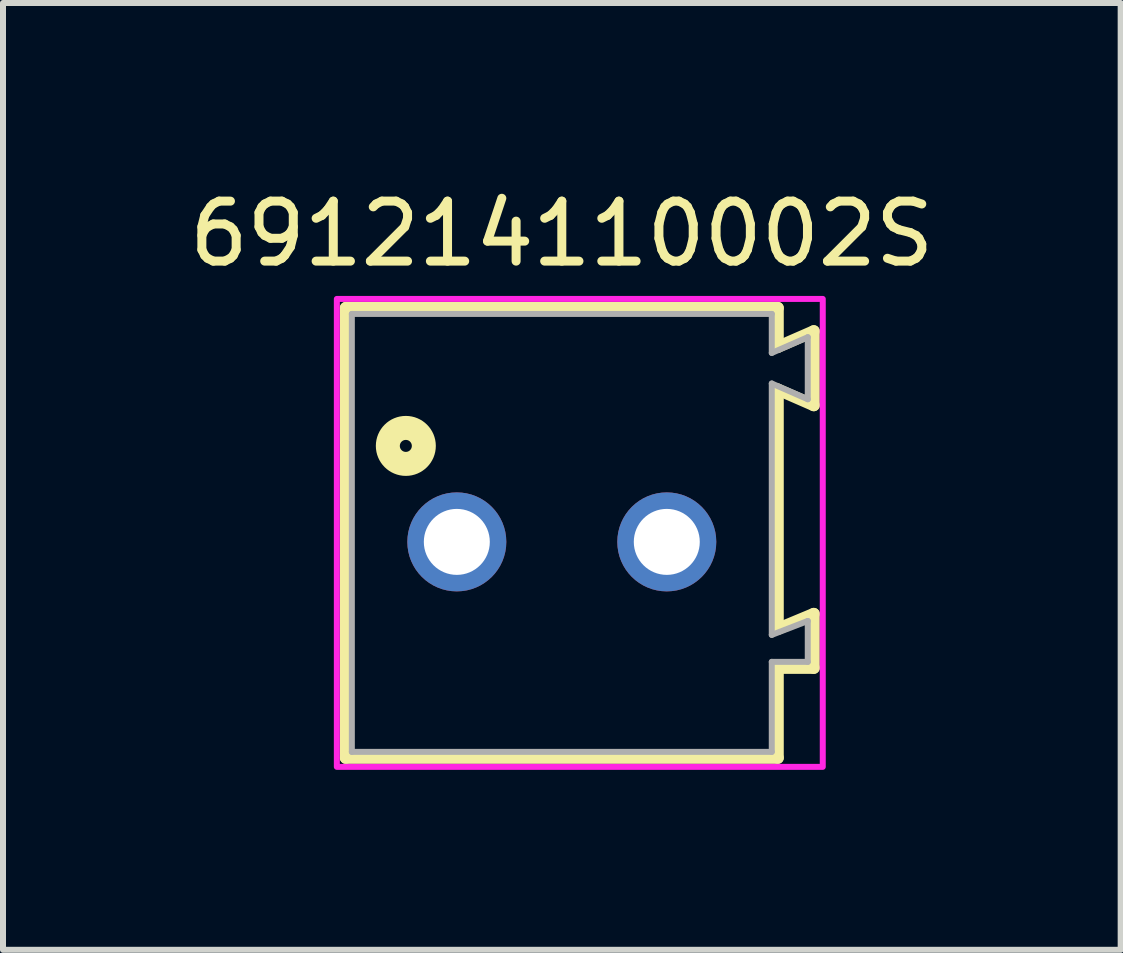
<source format=kicad_pcb>
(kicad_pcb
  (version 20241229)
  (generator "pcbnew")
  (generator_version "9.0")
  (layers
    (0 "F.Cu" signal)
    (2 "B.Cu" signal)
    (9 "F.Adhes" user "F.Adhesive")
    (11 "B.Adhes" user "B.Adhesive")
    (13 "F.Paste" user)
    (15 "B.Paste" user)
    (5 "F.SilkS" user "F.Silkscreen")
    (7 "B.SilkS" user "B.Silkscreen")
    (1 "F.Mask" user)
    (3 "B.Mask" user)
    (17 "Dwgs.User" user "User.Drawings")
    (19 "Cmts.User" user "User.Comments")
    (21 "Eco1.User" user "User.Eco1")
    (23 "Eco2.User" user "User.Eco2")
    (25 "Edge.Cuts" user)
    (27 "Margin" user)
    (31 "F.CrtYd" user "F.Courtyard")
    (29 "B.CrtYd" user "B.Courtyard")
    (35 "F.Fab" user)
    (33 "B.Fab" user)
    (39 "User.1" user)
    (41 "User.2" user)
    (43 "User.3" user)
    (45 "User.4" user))
  (footprint "691214110002S"
    (layer "F.Cu")
    (at 6.315 5.983)
    (property "Reference" "691214110002S" (at 0 -5.135 0) (layer "F.SilkS") (effects (font (size 1 1) (thickness 0.15))))
    (attr through_hole)
    (fp_line (start -3.6 -3.9) (end 3.6 -3.9) (stroke (width 0.2) (type solid)) (layer "F.SilkS"))
    (fp_line (start -3.6 3.6) (end -3.6 -3.9) (stroke (width 0.2) (type solid)) (layer "F.SilkS"))
    (fp_line (start 3.6 -3.9) (end 3.6 -3.25) (stroke (width 0.2) (type solid)) (layer "F.SilkS"))
    (fp_line (start 3.6 -3.25) (end 4.2 -3.512) (stroke (width 0.2) (type solid)) (layer "F.SilkS"))
    (fp_line (start 3.6 -2.54) (end 3.6 1.45) (stroke (width 0.2) (type solid)) (layer "F.SilkS"))
    (fp_line (start 3.6 1.45) (end 4.2 1.2) (stroke (width 0.2) (type solid)) (layer "F.SilkS"))
    (fp_line (start 3.6 2.1) (end 3.6 3.6) (stroke (width 0.2) (type solid)) (layer "F.SilkS"))
    (fp_line (start 3.6 3.6) (end -3.6 3.6) (stroke (width 0.2) (type solid)) (layer "F.SilkS"))
    (fp_line (start 4.2 -3.512) (end 4.2 -2.278) (stroke (width 0.2) (type solid)) (layer "F.SilkS"))
    (fp_line (start 4.2 -2.278) (end 3.6 -2.54) (stroke (width 0.2) (type solid)) (layer "F.SilkS"))
    (fp_line (start 4.2 1.2) (end 4.2 2.1) (stroke (width 0.2) (type solid)) (layer "F.SilkS"))
    (fp_line (start 4.2 2.1) (end 3.6 2.1) (stroke (width 0.2) (type solid)) (layer "F.SilkS"))
    (fp_circle (center -2.6 -1.6) (end -2.5 -1.6) (stroke (width 0.4) (type solid)) (fill no) (layer "F.SilkS"))
    (fp_poly (pts (xy -3.75 -4.05) (xy 4.35 -4.05) (xy 4.35 3.75) (xy -3.75 3.75)) (stroke (width 0.1) (type solid)) (fill no) (layer "F.CrtYd"))
    (fp_line (start -3.5 -3.8) (end 3.5 -3.8) (stroke (width 0.1) (type solid)) (layer "F.Fab"))
    (fp_line (start -3.5 3.5) (end -3.5 -3.8) (stroke (width 0.1) (type solid)) (layer "F.Fab"))
    (fp_line (start -3.5 3.5) (end 3.5 3.5) (stroke (width 0.1) (type solid)) (layer "F.Fab"))
    (fp_line (start 3.5 -3.8) (end 3.5 -3.15) (stroke (width 0.1) (type solid)) (layer "F.Fab"))
    (fp_line (start 3.5 -3.15) (end 4.1 -3.412) (stroke (width 0.1) (type solid)) (layer "F.Fab"))
    (fp_line (start 3.5 -2.64) (end 3.5 1.55) (stroke (width 0.1) (type solid)) (layer "F.Fab"))
    (fp_line (start 3.5 -2.64) (end 4.1 -2.378) (stroke (width 0.1) (type solid)) (layer "F.Fab"))
    (fp_line (start 3.5 1.55) (end 4.1 1.318) (stroke (width 0.1) (type solid)) (layer "F.Fab"))
    (fp_line (start 3.5 2) (end 3.5 3.5) (stroke (width 0.1) (type solid)) (layer "F.Fab"))
    (fp_line (start 3.5 2) (end 4.1 2) (stroke (width 0.1) (type solid)) (layer "F.Fab"))
    (fp_line (start 4.1 -2.378) (end 4.1 -3.412) (stroke (width 0.1) (type solid)) (layer "F.Fab"))
    (fp_line (start 4.1 2) (end 4.1 1.318) (stroke (width 0.1) (type solid)) (layer "F.Fab"))
    (pad "1" thru_hole circle (at -1.75 0) (size 1.65 1.65) (drill 1.1) (layers "*.Cu" "*.Mask"))
    (pad "2" thru_hole circle (at 1.75 0) (size 1.65 1.65) (drill 1.1) (layers "*.Cu" "*.Mask")))
  (gr_rect
    (start -3 -3)
    (end 15.631 12.783)
    (stroke (width 0.1) (type default))
    (fill no)
    (layer "Edge.Cuts")))
</source>
